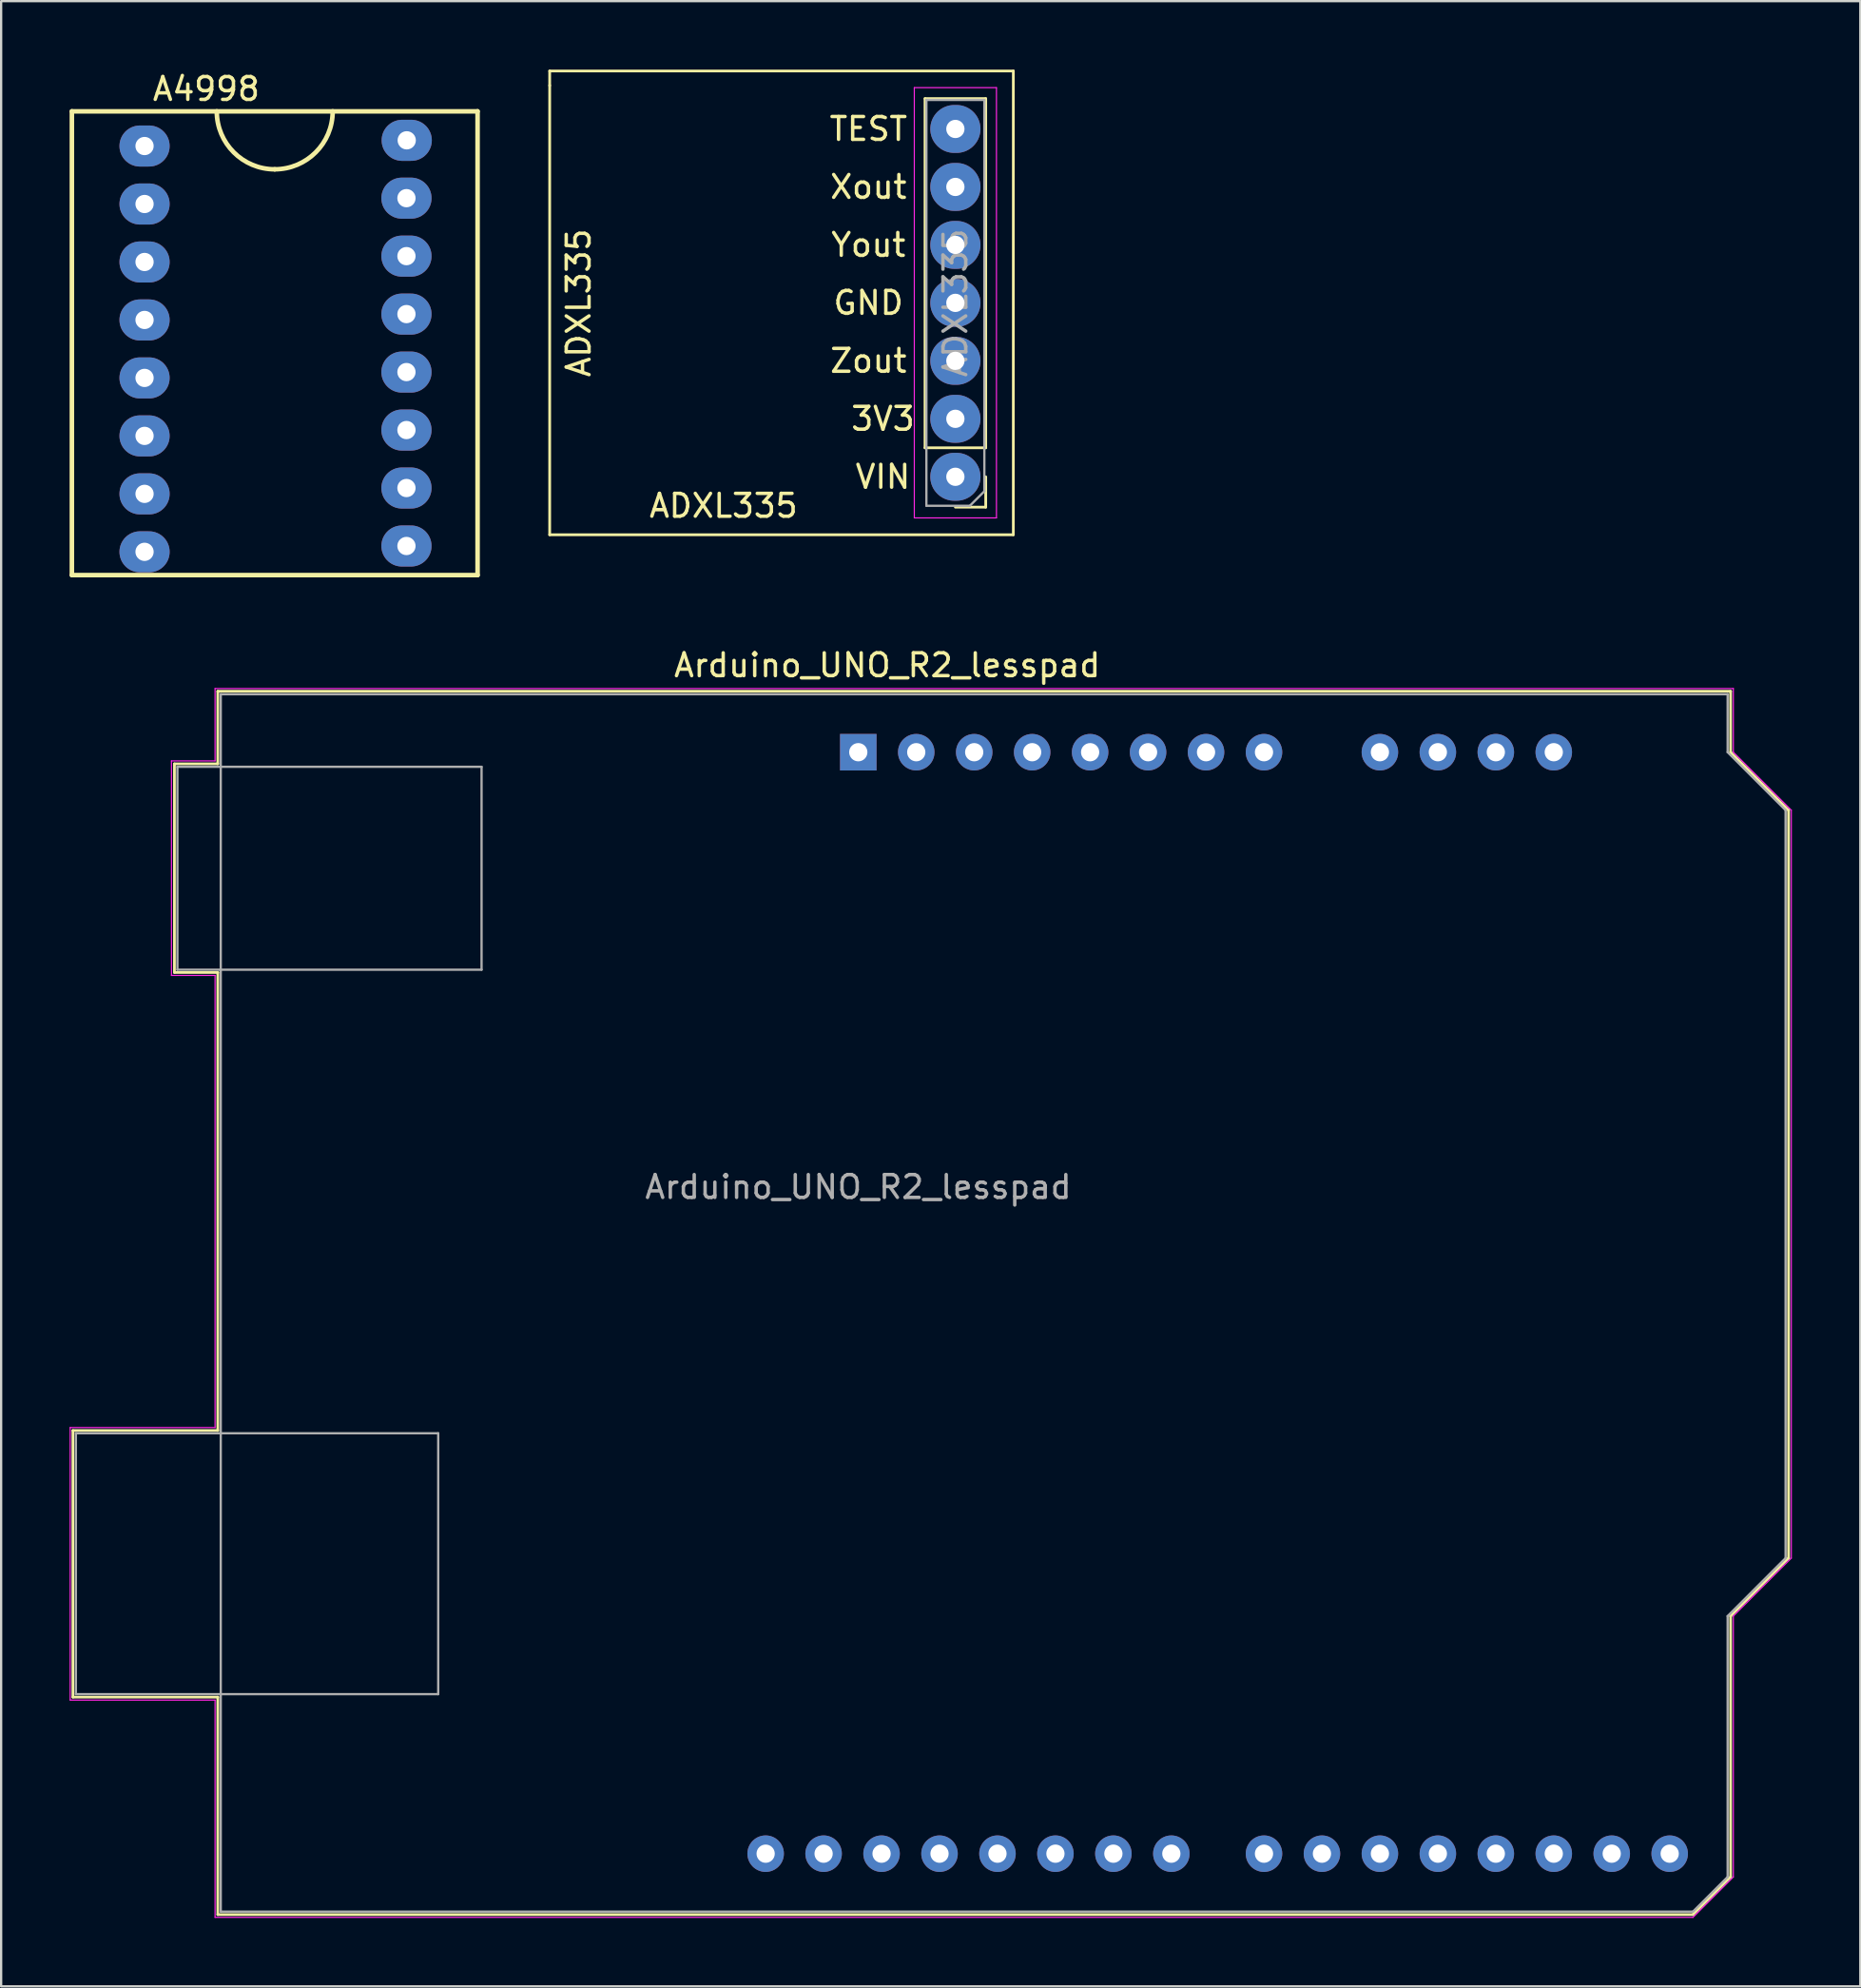
<source format=kicad_pcb>
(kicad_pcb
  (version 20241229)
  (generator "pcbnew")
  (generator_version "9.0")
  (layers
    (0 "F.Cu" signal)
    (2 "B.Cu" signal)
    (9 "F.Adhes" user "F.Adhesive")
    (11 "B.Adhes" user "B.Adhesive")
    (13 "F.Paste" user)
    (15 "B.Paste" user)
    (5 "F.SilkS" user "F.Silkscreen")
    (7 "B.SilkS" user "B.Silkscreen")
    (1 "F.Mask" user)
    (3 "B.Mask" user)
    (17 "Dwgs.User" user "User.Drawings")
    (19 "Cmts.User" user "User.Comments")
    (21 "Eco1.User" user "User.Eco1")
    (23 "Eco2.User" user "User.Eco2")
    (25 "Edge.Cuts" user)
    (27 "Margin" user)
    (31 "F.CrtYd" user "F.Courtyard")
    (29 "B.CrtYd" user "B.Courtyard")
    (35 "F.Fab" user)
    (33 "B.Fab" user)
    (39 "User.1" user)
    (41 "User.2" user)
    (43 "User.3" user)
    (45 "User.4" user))
  (footprint "ADXL335"
    (layer "F.Cu")
    (at 31.2 3.235)
    (property "Reference" "ADXL335" (at -2.54 15.875 0) (layer "F.SilkS") (effects (font (size 1 1) (thickness 0.15))))
    (attr through_hole)
    (fp_line (start -10.16 -3.175) (end 10.16 -3.175) (stroke (width 0.12) (type solid)) (layer "F.SilkS"))
    (fp_line (start -10.16 -2.54) (end -10.16 -3.175) (stroke (width 0.12) (type solid)) (layer "F.SilkS"))
    (fp_line (start -10.16 17.145) (end -10.16 -2.54) (stroke (width 0.12) (type solid)) (layer "F.SilkS"))
    (fp_line (start 6.29 13.335) (end 6.29 -1.965) (stroke (width 0.12) (type solid)) (layer "F.SilkS"))
    (fp_line (start 8.95 -1.965) (end 6.29 -1.965) (stroke (width 0.12) (type solid)) (layer "F.SilkS"))
    (fp_line (start 8.95 13.335) (end 6.29 13.335) (stroke (width 0.12) (type solid)) (layer "F.SilkS"))
    (fp_line (start 8.95 13.335) (end 8.95 -1.965) (stroke (width 0.12) (type solid)) (layer "F.SilkS"))
    (fp_line (start 8.95 14.605) (end 8.95 15.935) (stroke (width 0.12) (type solid)) (layer "F.SilkS"))
    (fp_line (start 8.95 15.935) (end 7.62 15.935) (stroke (width 0.12) (type solid)) (layer "F.SilkS"))
    (fp_line (start 10.16 -3.175) (end 10.16 17.145) (stroke (width 0.12) (type solid)) (layer "F.SilkS"))
    (fp_line (start 10.16 17.145) (end -10.16 17.145) (stroke (width 0.12) (type solid)) (layer "F.SilkS"))
    (fp_line (start 5.82 -2.445) (end 5.82 16.405) (stroke (width 0.05) (type solid)) (layer "F.CrtYd"))
    (fp_line (start 5.82 16.405) (end 9.42 16.405) (stroke (width 0.05) (type solid)) (layer "F.CrtYd"))
    (fp_line (start 9.42 -2.445) (end 5.82 -2.445) (stroke (width 0.05) (type solid)) (layer "F.CrtYd"))
    (fp_line (start 9.42 16.405) (end 9.42 -2.445) (stroke (width 0.05) (type solid)) (layer "F.CrtYd"))
    (fp_line (start 6.35 -1.905) (end 8.89 -1.905) (stroke (width 0.1) (type solid)) (layer "F.Fab"))
    (fp_line (start 6.35 15.875) (end 6.35 -1.905) (stroke (width 0.1) (type solid)) (layer "F.Fab"))
    (fp_line (start 8.255 15.875) (end 6.35 15.875) (stroke (width 0.1) (type solid)) (layer "F.Fab"))
    (fp_line (start 8.89 -1.905) (end 8.89 15.24) (stroke (width 0.1) (type solid)) (layer "F.Fab"))
    (fp_line (start 8.89 15.24) (end 8.255 15.875) (stroke (width 0.1) (type solid)) (layer "F.Fab"))
    (fp_text user "VIN" (at 4.445 14.605 0) (layer "F.SilkS") (effects (font (size 1 1) (thickness 0.15))))
    (fp_text user "3V3" (at 4.445 12.065 0) (layer "F.SilkS") (effects (font (size 1 1) (thickness 0.15))))
    (fp_text user "ADXL335" (at -8.89 6.985 90) (layer "F.SilkS") (effects (font (size 1 1) (thickness 0.15))))
    (fp_text user "TEST" (at 3.81 -0.635 0) (layer "F.SilkS") (effects (font (size 1 1) (thickness 0.15))))
    (fp_text user "GND" (at 3.81 6.985 0) (layer "F.SilkS") (effects (font (size 1 1) (thickness 0.15))))
    (fp_text user "Xout" (at 3.81 1.905 0) (layer "F.SilkS") (effects (font (size 1 1) (thickness 0.15))))
    (fp_text user "Zout" (at 3.81 9.525 0) (layer "F.SilkS") (effects (font (size 1 1) (thickness 0.15))))
    (fp_text user "Yout" (at 3.81 4.445 0) (layer "F.SilkS") (effects (font (size 1 1) (thickness 0.15))))
    (fp_text user "${REFERENCE}" (at 7.62 6.985 270) (layer "F.Fab") (effects (font (size 1 1) (thickness 0.15))))
    (pad "1" thru_hole oval (at 7.62 14.605 180) (size 2.2 2.1) (drill 0.8) (layers "*.Cu" "*.Mask"))
    (pad "2" thru_hole oval (at 7.62 12.065 180) (size 2.2 2.1) (drill 0.8) (layers "*.Cu" "*.Mask"))
    (pad "3" thru_hole oval (at 7.62 9.525 180) (size 2.2 2.1) (drill 0.8) (layers "*.Cu" "*.Mask"))
    (pad "4" thru_hole oval (at 7.62 6.985 180) (size 2.2 2.1) (drill 0.8) (layers "*.Cu" "*.Mask"))
    (pad "5" thru_hole oval (at 7.62 4.445 180) (size 2.2 2.1) (drill 0.8) (layers "*.Cu" "*.Mask"))
    (pad "6" thru_hole oval (at 7.62 1.905 180) (size 2.2 2.1) (drill 0.8) (layers "*.Cu" "*.Mask"))
    (pad "7" thru_hole oval (at 7.62 -0.635 180) (size 2.2 2.1) (drill 0.8) (layers "*.Cu" "*.Mask")))
  (footprint "Arduino_UNO_R2_lesspad"
    (layer "F.Cu")
    (at 34.565 29.907)
    (property "Reference" "Arduino_UNO_R2_lesspad" (at 1.27 -3.81 180) (layer "F.SilkS") (effects (font (size 1 1) (thickness 0.15))))
    (attr through_hole)
    (fp_line (start -34.42 29.72) (end -34.42 41.4) (stroke (width 0.12) (type solid)) (layer "F.SilkS"))
    (fp_line (start -34.42 41.4) (end -28.07 41.4) (stroke (width 0.12) (type solid)) (layer "F.SilkS"))
    (fp_line (start -29.97 0.51) (end -29.97 9.65) (stroke (width 0.12) (type solid)) (layer "F.SilkS"))
    (fp_line (start -29.97 9.65) (end -28.07 9.65) (stroke (width 0.12) (type solid)) (layer "F.SilkS"))
    (fp_line (start -28.07 -2.67) (end -28.07 0.51) (stroke (width 0.12) (type solid)) (layer "F.SilkS"))
    (fp_line (start -28.07 0.51) (end -29.97 0.51) (stroke (width 0.12) (type solid)) (layer "F.SilkS"))
    (fp_line (start -28.07 9.65) (end -28.07 29.72) (stroke (width 0.12) (type solid)) (layer "F.SilkS"))
    (fp_line (start -28.07 29.72) (end -34.42 29.72) (stroke (width 0.12) (type solid)) (layer "F.SilkS"))
    (fp_line (start -28.07 41.4) (end -28.07 50.93) (stroke (width 0.12) (type solid)) (layer "F.SilkS"))
    (fp_line (start -28.07 50.93) (end 36.58 50.93) (stroke (width 0.12) (type solid)) (layer "F.SilkS"))
    (fp_line (start 36.58 50.93) (end 38.23 49.28) (stroke (width 0.12) (type solid)) (layer "F.SilkS"))
    (fp_line (start 38.23 -2.67) (end -28.07 -2.67) (stroke (width 0.12) (type solid)) (layer "F.SilkS"))
    (fp_line (start 38.23 0) (end 38.23 -2.67) (stroke (width 0.12) (type solid)) (layer "F.SilkS"))
    (fp_line (start 38.23 37.85) (end 40.77 35.31) (stroke (width 0.12) (type solid)) (layer "F.SilkS"))
    (fp_line (start 38.23 49.28) (end 38.23 37.85) (stroke (width 0.12) (type solid)) (layer "F.SilkS"))
    (fp_line (start 40.77 2.54) (end 38.23 0) (stroke (width 0.12) (type solid)) (layer "F.SilkS"))
    (fp_line (start 40.77 35.31) (end 40.77 2.54) (stroke (width 0.12) (type solid)) (layer "F.SilkS"))
    (fp_line (start -34.54 29.59) (end -28.19 29.59) (stroke (width 0.05) (type solid)) (layer "F.CrtYd"))
    (fp_line (start -34.54 41.53) (end -34.54 29.59) (stroke (width 0.05) (type solid)) (layer "F.CrtYd"))
    (fp_line (start -30.1 0.38) (end -28.19 0.38) (stroke (width 0.05) (type solid)) (layer "F.CrtYd"))
    (fp_line (start -30.1 9.78) (end -30.1 0.38) (stroke (width 0.05) (type solid)) (layer "F.CrtYd"))
    (fp_line (start -28.19 -2.79) (end 38.35 -2.79) (stroke (width 0.05) (type solid)) (layer "F.CrtYd"))
    (fp_line (start -28.19 0.38) (end -28.19 -2.79) (stroke (width 0.05) (type solid)) (layer "F.CrtYd"))
    (fp_line (start -28.19 9.78) (end -30.1 9.78) (stroke (width 0.05) (type solid)) (layer "F.CrtYd"))
    (fp_line (start -28.19 29.59) (end -28.19 9.78) (stroke (width 0.05) (type solid)) (layer "F.CrtYd"))
    (fp_line (start -28.19 41.53) (end -34.54 41.53) (stroke (width 0.05) (type solid)) (layer "F.CrtYd"))
    (fp_line (start -28.19 51.05) (end -28.19 41.53) (stroke (width 0.05) (type solid)) (layer "F.CrtYd"))
    (fp_line (start 36.58 51.05) (end -28.19 51.05) (stroke (width 0.05) (type solid)) (layer "F.CrtYd"))
    (fp_line (start 38.35 -2.79) (end 38.35 0) (stroke (width 0.05) (type solid)) (layer "F.CrtYd"))
    (fp_line (start 38.35 0) (end 40.89 2.54) (stroke (width 0.05) (type solid)) (layer "F.CrtYd"))
    (fp_line (start 38.35 37.85) (end 38.35 49.28) (stroke (width 0.05) (type solid)) (layer "F.CrtYd"))
    (fp_line (start 38.35 49.28) (end 36.58 51.05) (stroke (width 0.05) (type solid)) (layer "F.CrtYd"))
    (fp_line (start 40.89 2.54) (end 40.89 35.31) (stroke (width 0.05) (type solid)) (layer "F.CrtYd"))
    (fp_line (start 40.89 35.31) (end 38.35 37.85) (stroke (width 0.05) (type solid)) (layer "F.CrtYd"))
    (fp_line (start -34.29 29.84) (end -18.41 29.84) (stroke (width 0.1) (type solid)) (layer "F.Fab"))
    (fp_line (start -34.29 41.27) (end -34.29 29.84) (stroke (width 0.1) (type solid)) (layer "F.Fab"))
    (fp_line (start -29.84 0.64) (end -16.51 0.64) (stroke (width 0.1) (type solid)) (layer "F.Fab"))
    (fp_line (start -29.84 9.53) (end -29.84 0.64) (stroke (width 0.1) (type solid)) (layer "F.Fab"))
    (fp_line (start -27.94 -2.54) (end 38.1 -2.54) (stroke (width 0.1) (type solid)) (layer "F.Fab"))
    (fp_line (start -27.94 50.8) (end -27.94 -2.54) (stroke (width 0.1) (type solid)) (layer "F.Fab"))
    (fp_line (start -18.41 29.84) (end -18.41 41.27) (stroke (width 0.1) (type solid)) (layer "F.Fab"))
    (fp_line (start -18.41 41.27) (end -34.29 41.27) (stroke (width 0.1) (type solid)) (layer "F.Fab"))
    (fp_line (start -16.51 0.64) (end -16.51 9.53) (stroke (width 0.1) (type solid)) (layer "F.Fab"))
    (fp_line (start -16.51 9.53) (end -29.84 9.53) (stroke (width 0.1) (type solid)) (layer "F.Fab"))
    (fp_line (start 36.58 50.8) (end -27.94 50.8) (stroke (width 0.1) (type solid)) (layer "F.Fab"))
    (fp_line (start 38.1 -2.54) (end 38.1 0) (stroke (width 0.1) (type solid)) (layer "F.Fab"))
    (fp_line (start 38.1 0) (end 40.64 2.54) (stroke (width 0.1) (type solid)) (layer "F.Fab"))
    (fp_line (start 38.1 37.85) (end 38.1 49.28) (stroke (width 0.1) (type solid)) (layer "F.Fab"))
    (fp_line (start 38.1 49.28) (end 36.58 50.8) (stroke (width 0.1) (type solid)) (layer "F.Fab"))
    (fp_line (start 40.64 2.54) (end 40.64 35.31) (stroke (width 0.1) (type solid)) (layer "F.Fab"))
    (fp_line (start 40.64 35.31) (end 38.1 37.85) (stroke (width 0.1) (type solid)) (layer "F.Fab"))
    (fp_text user "${REFERENCE}" (at 0 19.05 180) (layer "F.Fab") (effects (font (size 1 1) (thickness 0.15))))
    (pad "1" thru_hole rect (at 0 0 90) (size 1.6 1.6) (drill 0.8) (layers "*.Cu" "*.Mask"))
    (pad "2" thru_hole oval (at 2.54 0 90) (size 1.6 1.6) (drill 0.8) (layers "*.Cu" "*.Mask"))
    (pad "3" thru_hole oval (at 5.08 0 90) (size 1.6 1.6) (drill 0.8) (layers "*.Cu" "*.Mask"))
    (pad "4" thru_hole oval (at 7.62 0 90) (size 1.6 1.6) (drill 0.8) (layers "*.Cu" "*.Mask"))
    (pad "5" thru_hole oval (at 10.16 0 90) (size 1.6 1.6) (drill 0.8) (layers "*.Cu" "*.Mask"))
    (pad "6" thru_hole oval (at 12.7 0 90) (size 1.6 1.6) (drill 0.8) (layers "*.Cu" "*.Mask"))
    (pad "7" thru_hole oval (at 15.24 0 90) (size 1.6 1.6) (drill 0.8) (layers "*.Cu" "*.Mask"))
    (pad "8" thru_hole oval (at 17.78 0 90) (size 1.6 1.6) (drill 0.8) (layers "*.Cu" "*.Mask"))
    (pad "9" thru_hole oval (at 22.86 0 90) (size 1.6 1.6) (drill 0.8) (layers "*.Cu" "*.Mask"))
    (pad "10" thru_hole oval (at 25.4 0 90) (size 1.6 1.6) (drill 0.8) (layers "*.Cu" "*.Mask"))
    (pad "11" thru_hole oval (at 27.94 0 90) (size 1.6 1.6) (drill 0.8) (layers "*.Cu" "*.Mask"))
    (pad "12" thru_hole oval (at 30.48 0 90) (size 1.6 1.6) (drill 0.8) (layers "*.Cu" "*.Mask"))
    (pad "15" thru_hole oval (at 35.56 48.26 90) (size 1.6 1.6) (drill 0.8) (layers "*.Cu" "*.Mask"))
    (pad "16" thru_hole oval (at 33.02 48.26 90) (size 1.6 1.6) (drill 0.8) (layers "*.Cu" "*.Mask"))
    (pad "17" thru_hole oval (at 30.48 48.26 90) (size 1.6 1.6) (drill 0.8) (layers "*.Cu" "*.Mask"))
    (pad "18" thru_hole oval (at 27.94 48.26 90) (size 1.6 1.6) (drill 0.8) (layers "*.Cu" "*.Mask"))
    (pad "19" thru_hole oval (at 25.4 48.26 90) (size 1.6 1.6) (drill 0.8) (layers "*.Cu" "*.Mask"))
    (pad "20" thru_hole oval (at 22.86 48.26 90) (size 1.6 1.6) (drill 0.8) (layers "*.Cu" "*.Mask"))
    (pad "21" thru_hole oval (at 20.32 48.26 90) (size 1.6 1.6) (drill 0.8) (layers "*.Cu" "*.Mask"))
    (pad "22" thru_hole oval (at 17.78 48.26 90) (size 1.6 1.6) (drill 0.8) (layers "*.Cu" "*.Mask"))
    (pad "23" thru_hole oval (at 13.72 48.26 90) (size 1.6 1.6) (drill 0.8) (layers "*.Cu" "*.Mask"))
    (pad "24" thru_hole oval (at 11.18 48.26 90) (size 1.6 1.6) (drill 0.8) (layers "*.Cu" "*.Mask"))
    (pad "25" thru_hole oval (at 8.64 48.26 90) (size 1.6 1.6) (drill 0.8) (layers "*.Cu" "*.Mask"))
    (pad "26" thru_hole oval (at 6.1 48.26 90) (size 1.6 1.6) (drill 0.8) (layers "*.Cu" "*.Mask"))
    (pad "27" thru_hole oval (at 3.56 48.26 90) (size 1.6 1.6) (drill 0.8) (layers "*.Cu" "*.Mask"))
    (pad "28" thru_hole oval (at 1.02 48.26 90) (size 1.6 1.6) (drill 0.8) (layers "*.Cu" "*.Mask"))
    (pad "29" thru_hole oval (at -1.52 48.26 90) (size 1.6 1.6) (drill 0.8) (layers "*.Cu" "*.Mask"))
    (pad "30" thru_hole oval (at -4.06 48.26 90) (size 1.6 1.6) (drill 0.8) (layers "*.Cu" "*.Mask")))
  (footprint "A4998"
    (layer "F.Cu")
    (at 1.37 3.098)
    (property "Reference" "A4998" (at 4.62 -2.25 0) (layer "F.SilkS") (effects (font (size 1 1) (thickness 0.15))))
    (attr through_hole)
    (fp_line (start -1.27 -1.27) (end 16.51 -1.27) (stroke (width 0.2) (type solid)) (layer "F.SilkS"))
    (fp_line (start -1.27 19.05) (end -1.27 -1.27) (stroke (width 0.2) (type solid)) (layer "F.SilkS"))
    (fp_line (start 16.51 -1.27) (end 16.51 19.05) (stroke (width 0.2) (type solid)) (layer "F.SilkS"))
    (fp_line (start 16.51 19.05) (end -1.27 19.05) (stroke (width 0.2) (type solid)) (layer "F.SilkS"))
    (fp_arc (start 7.62 1.27) (mid 5.823949 0.526051) (end 5.08 -1.27) (stroke (width 0.2) (type solid)) (layer "F.SilkS"))
    (fp_arc (start 10.16 -1.27) (mid 9.416051 0.526051) (end 7.62 1.27) (stroke (width 0.2) (type solid)) (layer "F.SilkS"))
    (pad "1" thru_hole oval (at 1.915 0.25) (size 2.2 1.8) (drill 0.8) (layers "*.Cu" "*.Mask"))
    (pad "2" thru_hole oval (at 1.915 2.79) (size 2.2 1.8) (drill 0.8) (layers "*.Cu" "*.Mask"))
    (pad "3" thru_hole oval (at 1.915 5.33) (size 2.2 1.8) (drill 0.8) (layers "*.Cu" "*.Mask"))
    (pad "4" thru_hole oval (at 1.915 7.87) (size 2.2 1.8) (drill 0.8) (layers "*.Cu" "*.Mask"))
    (pad "5" thru_hole oval (at 1.915 10.41) (size 2.2 1.8) (drill 0.8) (layers "*.Cu" "*.Mask"))
    (pad "6" thru_hole oval (at 1.915 12.95) (size 2.2 1.8) (drill 0.8) (layers "*.Cu" "*.Mask"))
    (pad "7" thru_hole oval (at 1.915 15.49) (size 2.2 1.8) (drill 0.8) (layers "*.Cu" "*.Mask"))
    (pad "8" thru_hole oval (at 1.915 18.03) (size 2.2 1.8) (drill 0.8) (layers "*.Cu" "*.Mask"))
    (pad "9" thru_hole oval (at 13.393 17.774) (size 2.2 1.8) (drill 0.8) (layers "*.Cu" "*.Mask"))
    (pad "10" thru_hole oval (at 13.393 15.234) (size 2.2 1.8) (drill 0.8) (layers "*.Cu" "*.Mask"))
    (pad "11" thru_hole oval (at 13.393 12.694) (size 2.2 1.8) (drill 0.8) (layers "*.Cu" "*.Mask"))
    (pad "12" thru_hole oval (at 13.393 10.154) (size 2.2 1.8) (drill 0.8) (layers "*.Cu" "*.Mask"))
    (pad "13" thru_hole oval (at 13.393 7.614) (size 2.2 1.8) (drill 0.8) (layers "*.Cu" "*.Mask"))
    (pad "14" thru_hole oval (at 13.393 5.074) (size 2.2 1.8) (drill 0.8) (layers "*.Cu" "*.Mask"))
    (pad "15" thru_hole oval (at 13.393 2.534) (size 2.2 1.8) (drill 0.8) (layers "*.Cu" "*.Mask"))
    (pad "16" thru_hole oval (at 13.405 0) (size 2.2 1.8) (drill 0.8) (layers "*.Cu" "*.Mask")))
  (gr_rect
    (start -3 -3)
    (end 78.48 83.981)
    (stroke (width 0.1) (type default))
    (fill no)
    (layer "Edge.Cuts")))
</source>
